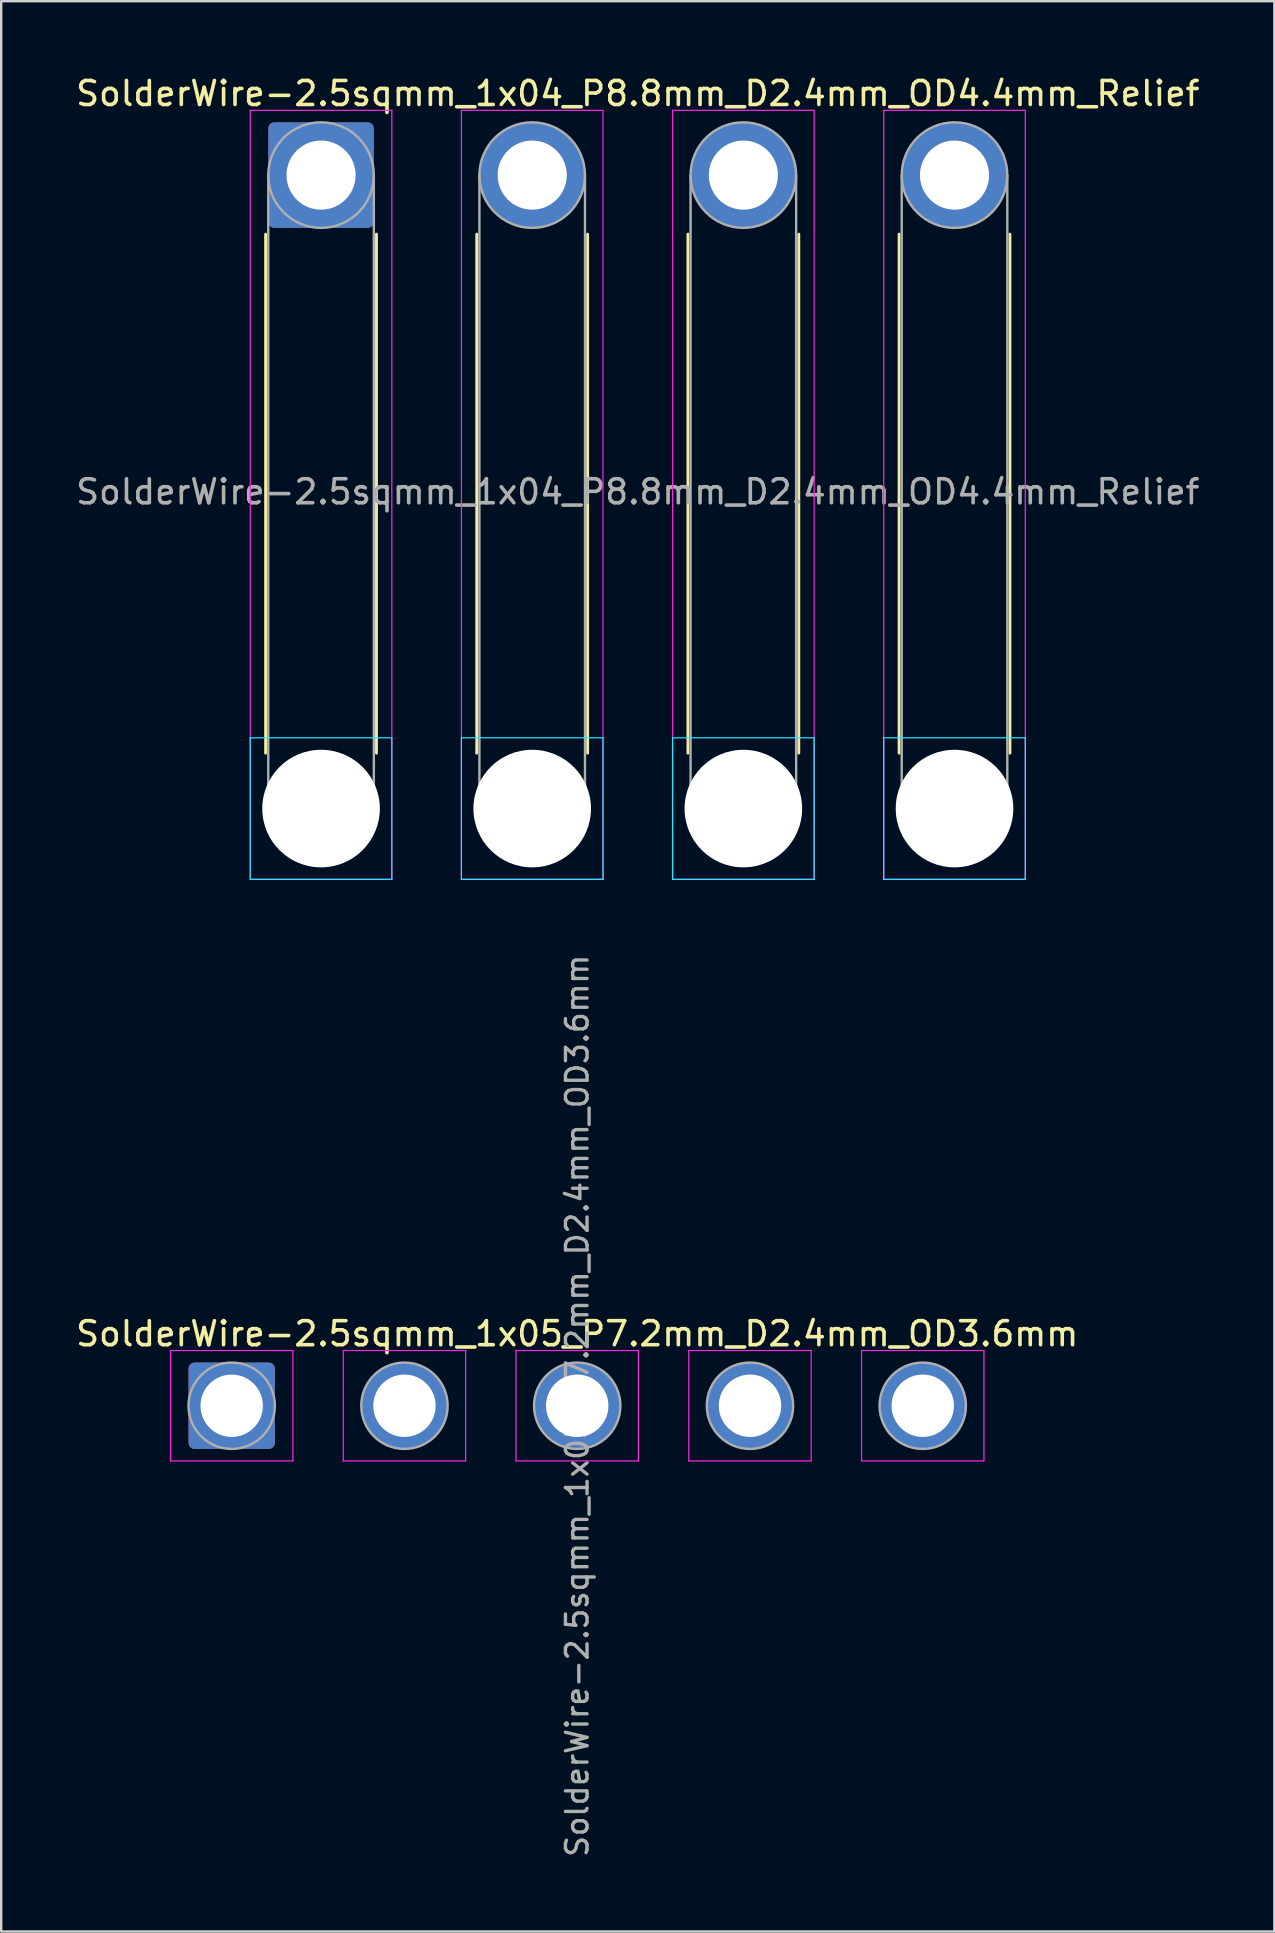
<source format=kicad_pcb>
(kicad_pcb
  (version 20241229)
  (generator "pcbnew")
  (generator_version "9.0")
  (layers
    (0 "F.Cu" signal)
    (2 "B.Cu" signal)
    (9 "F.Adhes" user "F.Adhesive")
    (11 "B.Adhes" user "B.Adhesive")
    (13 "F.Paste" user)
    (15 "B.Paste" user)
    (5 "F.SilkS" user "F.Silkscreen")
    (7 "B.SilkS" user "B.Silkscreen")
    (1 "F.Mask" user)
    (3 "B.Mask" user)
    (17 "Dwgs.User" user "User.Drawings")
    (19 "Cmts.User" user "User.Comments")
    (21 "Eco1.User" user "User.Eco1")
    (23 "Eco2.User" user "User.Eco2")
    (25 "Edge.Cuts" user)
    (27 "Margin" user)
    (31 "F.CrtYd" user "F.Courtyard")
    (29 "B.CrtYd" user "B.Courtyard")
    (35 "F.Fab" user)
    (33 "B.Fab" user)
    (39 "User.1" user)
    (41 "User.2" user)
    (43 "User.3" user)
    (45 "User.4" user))
  (footprint "SolderWire-2.5sqmm_1x05_P7.2mm_D2.4mm_OD3.6mm"
    (layer "F.Cu")
    (at 6.606 55.536)
    (property "Reference" "SolderWire-2.5sqmm_1x05_P7.2mm_D2.4mm_OD3.6mm" (at 14.4 -3 0) (layer "F.SilkS") (effects (font (size 1 1) (thickness 0.15))))
    (attr exclude_from_pos_files exclude_from_bom)
    (fp_line (start -2.55 -2.3) (end -2.55 2.3) (stroke (width 0.05) (type solid)) (layer "F.CrtYd"))
    (fp_line (start -2.55 2.3) (end 2.55 2.3) (stroke (width 0.05) (type solid)) (layer "F.CrtYd"))
    (fp_line (start 2.55 -2.3) (end -2.55 -2.3) (stroke (width 0.05) (type solid)) (layer "F.CrtYd"))
    (fp_line (start 2.55 2.3) (end 2.55 -2.3) (stroke (width 0.05) (type solid)) (layer "F.CrtYd"))
    (fp_line (start 4.65 -2.3) (end 4.65 2.3) (stroke (width 0.05) (type solid)) (layer "F.CrtYd"))
    (fp_line (start 4.65 2.3) (end 9.75 2.3) (stroke (width 0.05) (type solid)) (layer "F.CrtYd"))
    (fp_line (start 9.75 -2.3) (end 4.65 -2.3) (stroke (width 0.05) (type solid)) (layer "F.CrtYd"))
    (fp_line (start 9.75 2.3) (end 9.75 -2.3) (stroke (width 0.05) (type solid)) (layer "F.CrtYd"))
    (fp_line (start 11.85 -2.3) (end 11.85 2.3) (stroke (width 0.05) (type solid)) (layer "F.CrtYd"))
    (fp_line (start 11.85 2.3) (end 16.95 2.3) (stroke (width 0.05) (type solid)) (layer "F.CrtYd"))
    (fp_line (start 16.95 -2.3) (end 11.85 -2.3) (stroke (width 0.05) (type solid)) (layer "F.CrtYd"))
    (fp_line (start 16.95 2.3) (end 16.95 -2.3) (stroke (width 0.05) (type solid)) (layer "F.CrtYd"))
    (fp_line (start 19.05 -2.3) (end 19.05 2.3) (stroke (width 0.05) (type solid)) (layer "F.CrtYd"))
    (fp_line (start 19.05 2.3) (end 24.15 2.3) (stroke (width 0.05) (type solid)) (layer "F.CrtYd"))
    (fp_line (start 24.15 -2.3) (end 19.05 -2.3) (stroke (width 0.05) (type solid)) (layer "F.CrtYd"))
    (fp_line (start 24.15 2.3) (end 24.15 -2.3) (stroke (width 0.05) (type solid)) (layer "F.CrtYd"))
    (fp_line (start 26.25 -2.3) (end 26.25 2.3) (stroke (width 0.05) (type solid)) (layer "F.CrtYd"))
    (fp_line (start 26.25 2.3) (end 31.35 2.3) (stroke (width 0.05) (type solid)) (layer "F.CrtYd"))
    (fp_line (start 31.35 -2.3) (end 26.25 -2.3) (stroke (width 0.05) (type solid)) (layer "F.CrtYd"))
    (fp_line (start 31.35 2.3) (end 31.35 -2.3) (stroke (width 0.05) (type solid)) (layer "F.CrtYd"))
    (fp_circle (center 0 0) (end 1.8 0) (stroke (width 0.1) (type solid)) (fill no) (layer "F.Fab"))
    (fp_circle (center 7.2 0) (end 9 0) (stroke (width 0.1) (type solid)) (fill no) (layer "F.Fab"))
    (fp_circle (center 14.4 0) (end 16.2 0) (stroke (width 0.1) (type solid)) (fill no) (layer "F.Fab"))
    (fp_circle (center 21.6 0) (end 23.4 0) (stroke (width 0.1) (type solid)) (fill no) (layer "F.Fab"))
    (fp_circle (center 28.8 0) (end 30.6 0) (stroke (width 0.1) (type solid)) (fill no) (layer "F.Fab"))
    (fp_text user "${REFERENCE}" (at 14.4 0 90) (layer "F.Fab") (effects (font (size 0.9 0.9) (thickness 0.14))))
    (pad "1" thru_hole roundrect (at 0 0) (size 3.6 3.6) (drill 2.6) (layers "*.Cu" "*.Mask") (roundrect_rratio 0.069))
    (pad "2" thru_hole circle (at 7.2 0) (size 3.6 3.6) (drill 2.6) (layers "*.Cu" "*.Mask"))
    (pad "3" thru_hole circle (at 14.4 0) (size 3.6 3.6) (drill 2.6) (layers "*.Cu" "*.Mask"))
    (pad "4" thru_hole circle (at 21.6 0) (size 3.6 3.6) (drill 2.6) (layers "*.Cu" "*.Mask"))
    (pad "5" thru_hole circle (at 28.8 0) (size 3.6 3.6) (drill 2.6) (layers "*.Cu" "*.Mask")))
  (footprint "SolderWire-2.5sqmm_1x04_P8.8mm_D2.4mm_OD4.4mm_Relief"
    (layer "F.Cu")
    (at 10.33 4.248)
    (property "Reference" "SolderWire-2.5sqmm_1x04_P8.8mm_D2.4mm_OD4.4mm_Relief" (at 13.2 -3.4 0) (layer "F.SilkS") (effects (font (size 1 1) (thickness 0.15))))
    (attr exclude_from_pos_files exclude_from_bom)
    (fp_line (start -2.31 2.46) (end -2.31 24.09) (stroke (width 0.12) (type solid)) (layer "F.SilkS"))
    (fp_line (start 2.31 2.46) (end 2.31 24.09) (stroke (width 0.12) (type solid)) (layer "F.SilkS"))
    (fp_line (start 6.49 2.46) (end 6.49 24.09) (stroke (width 0.12) (type solid)) (layer "F.SilkS"))
    (fp_line (start 11.11 2.46) (end 11.11 24.09) (stroke (width 0.12) (type solid)) (layer "F.SilkS"))
    (fp_line (start 15.29 2.46) (end 15.29 24.09) (stroke (width 0.12) (type solid)) (layer "F.SilkS"))
    (fp_line (start 19.91 2.46) (end 19.91 24.09) (stroke (width 0.12) (type solid)) (layer "F.SilkS"))
    (fp_line (start 24.09 2.46) (end 24.09 24.09) (stroke (width 0.12) (type solid)) (layer "F.SilkS"))
    (fp_line (start 28.71 2.46) (end 28.71 24.09) (stroke (width 0.12) (type solid)) (layer "F.SilkS"))
    (fp_line (start -2.95 23.45) (end -2.95 29.35) (stroke (width 0.05) (type solid)) (layer "B.CrtYd"))
    (fp_line (start -2.95 29.35) (end 2.95 29.35) (stroke (width 0.05) (type solid)) (layer "B.CrtYd"))
    (fp_line (start 2.95 23.45) (end -2.95 23.45) (stroke (width 0.05) (type solid)) (layer "B.CrtYd"))
    (fp_line (start 2.95 29.35) (end 2.95 23.45) (stroke (width 0.05) (type solid)) (layer "B.CrtYd"))
    (fp_line (start 5.85 23.45) (end 5.85 29.35) (stroke (width 0.05) (type solid)) (layer "B.CrtYd"))
    (fp_line (start 5.85 29.35) (end 11.75 29.35) (stroke (width 0.05) (type solid)) (layer "B.CrtYd"))
    (fp_line (start 11.75 23.45) (end 5.85 23.45) (stroke (width 0.05) (type solid)) (layer "B.CrtYd"))
    (fp_line (start 11.75 29.35) (end 11.75 23.45) (stroke (width 0.05) (type solid)) (layer "B.CrtYd"))
    (fp_line (start 14.65 23.45) (end 14.65 29.35) (stroke (width 0.05) (type solid)) (layer "B.CrtYd"))
    (fp_line (start 14.65 29.35) (end 20.55 29.35) (stroke (width 0.05) (type solid)) (layer "B.CrtYd"))
    (fp_line (start 20.55 23.45) (end 14.65 23.45) (stroke (width 0.05) (type solid)) (layer "B.CrtYd"))
    (fp_line (start 20.55 29.35) (end 20.55 23.45) (stroke (width 0.05) (type solid)) (layer "B.CrtYd"))
    (fp_line (start 23.45 23.45) (end 23.45 29.35) (stroke (width 0.05) (type solid)) (layer "B.CrtYd"))
    (fp_line (start 23.45 29.35) (end 29.35 29.35) (stroke (width 0.05) (type solid)) (layer "B.CrtYd"))
    (fp_line (start 29.35 23.45) (end 23.45 23.45) (stroke (width 0.05) (type solid)) (layer "B.CrtYd"))
    (fp_line (start 29.35 29.35) (end 29.35 23.45) (stroke (width 0.05) (type solid)) (layer "B.CrtYd"))
    (fp_line (start -2.95 -2.7) (end -2.95 29.35) (stroke (width 0.05) (type solid)) (layer "F.CrtYd"))
    (fp_line (start -2.95 29.35) (end 2.95 29.35) (stroke (width 0.05) (type solid)) (layer "F.CrtYd"))
    (fp_line (start 2.95 -2.7) (end -2.95 -2.7) (stroke (width 0.05) (type solid)) (layer "F.CrtYd"))
    (fp_line (start 2.95 29.35) (end 2.95 -2.7) (stroke (width 0.05) (type solid)) (layer "F.CrtYd"))
    (fp_line (start 5.85 -2.7) (end 5.85 29.35) (stroke (width 0.05) (type solid)) (layer "F.CrtYd"))
    (fp_line (start 5.85 29.35) (end 11.75 29.35) (stroke (width 0.05) (type solid)) (layer "F.CrtYd"))
    (fp_line (start 11.75 -2.7) (end 5.85 -2.7) (stroke (width 0.05) (type solid)) (layer "F.CrtYd"))
    (fp_line (start 11.75 29.35) (end 11.75 -2.7) (stroke (width 0.05) (type solid)) (layer "F.CrtYd"))
    (fp_line (start 14.65 -2.7) (end 14.65 29.35) (stroke (width 0.05) (type solid)) (layer "F.CrtYd"))
    (fp_line (start 14.65 29.35) (end 20.55 29.35) (stroke (width 0.05) (type solid)) (layer "F.CrtYd"))
    (fp_line (start 20.55 -2.7) (end 14.65 -2.7) (stroke (width 0.05) (type solid)) (layer "F.CrtYd"))
    (fp_line (start 20.55 29.35) (end 20.55 -2.7) (stroke (width 0.05) (type solid)) (layer "F.CrtYd"))
    (fp_line (start 23.45 -2.7) (end 23.45 29.35) (stroke (width 0.05) (type solid)) (layer "F.CrtYd"))
    (fp_line (start 23.45 29.35) (end 29.35 29.35) (stroke (width 0.05) (type solid)) (layer "F.CrtYd"))
    (fp_line (start 29.35 -2.7) (end 23.45 -2.7) (stroke (width 0.05) (type solid)) (layer "F.CrtYd"))
    (fp_line (start 29.35 29.35) (end 29.35 -2.7) (stroke (width 0.05) (type solid)) (layer "F.CrtYd"))
    (fp_line (start -2.2 0) (end -2.2 26.4) (stroke (width 0.1) (type solid)) (layer "F.Fab"))
    (fp_line (start 2.2 0) (end 2.2 26.4) (stroke (width 0.1) (type solid)) (layer "F.Fab"))
    (fp_line (start 6.6 0) (end 6.6 26.4) (stroke (width 0.1) (type solid)) (layer "F.Fab"))
    (fp_line (start 11 0) (end 11 26.4) (stroke (width 0.1) (type solid)) (layer "F.Fab"))
    (fp_line (start 15.4 0) (end 15.4 26.4) (stroke (width 0.1) (type solid)) (layer "F.Fab"))
    (fp_line (start 19.8 0) (end 19.8 26.4) (stroke (width 0.1) (type solid)) (layer "F.Fab"))
    (fp_line (start 24.2 0) (end 24.2 26.4) (stroke (width 0.1) (type solid)) (layer "F.Fab"))
    (fp_line (start 28.6 0) (end 28.6 26.4) (stroke (width 0.1) (type solid)) (layer "F.Fab"))
    (fp_circle (center 0 0) (end 2.2 0) (stroke (width 0.1) (type solid)) (fill no) (layer "F.Fab"))
    (fp_circle (center 0 26.4) (end 2.2 26.4) (stroke (width 0.1) (type solid)) (fill no) (layer "F.Fab"))
    (fp_circle (center 8.8 0) (end 11 0) (stroke (width 0.1) (type solid)) (fill no) (layer "F.Fab"))
    (fp_circle (center 8.8 26.4) (end 11 26.4) (stroke (width 0.1) (type solid)) (fill no) (layer "F.Fab"))
    (fp_circle (center 17.6 0) (end 19.8 0) (stroke (width 0.1) (type solid)) (fill no) (layer "F.Fab"))
    (fp_circle (center 17.6 26.4) (end 19.8 26.4) (stroke (width 0.1) (type solid)) (fill no) (layer "F.Fab"))
    (fp_circle (center 26.4 0) (end 28.6 0) (stroke (width 0.1) (type solid)) (fill no) (layer "F.Fab"))
    (fp_circle (center 26.4 26.4) (end 28.6 26.4) (stroke (width 0.1) (type solid)) (fill no) (layer "F.Fab"))
    (fp_text user "${REFERENCE}" (at 13.2 13.2 0) (layer "F.Fab") (effects (font (size 1 1) (thickness 0.15))))
    (pad "" np_thru_hole circle (at 0 26.4) (size 4.9 4.9) (drill 4.9) (layers "*.Cu" "*.Mask"))
    (pad "" np_thru_hole circle (at 8.8 26.4) (size 4.9 4.9) (drill 4.9) (layers "*.Cu" "*.Mask"))
    (pad "" np_thru_hole circle (at 17.6 26.4) (size 4.9 4.9) (drill 4.9) (layers "*.Cu" "*.Mask"))
    (pad "" np_thru_hole circle (at 26.4 26.4) (size 4.9 4.9) (drill 4.9) (layers "*.Cu" "*.Mask"))
    (pad "1" thru_hole roundrect (at 0 0) (size 4.4 4.4) (drill 2.88) (layers "*.Cu" "*.Mask") (roundrect_rratio 0.057))
    (pad "2" thru_hole circle (at 8.8 0) (size 4.4 4.4) (drill 2.88) (layers "*.Cu" "*.Mask"))
    (pad "3" thru_hole circle (at 17.6 0) (size 4.4 4.4) (drill 2.88) (layers "*.Cu" "*.Mask"))
    (pad "4" thru_hole circle (at 26.4 0) (size 4.4 4.4) (drill 2.88) (layers "*.Cu" "*.Mask")))
  (gr_rect
    (start -3 -3)
    (end 50.06 77.449)
    (stroke (width 0.1) (type default))
    (fill no)
    (layer "Edge.Cuts")))
</source>
